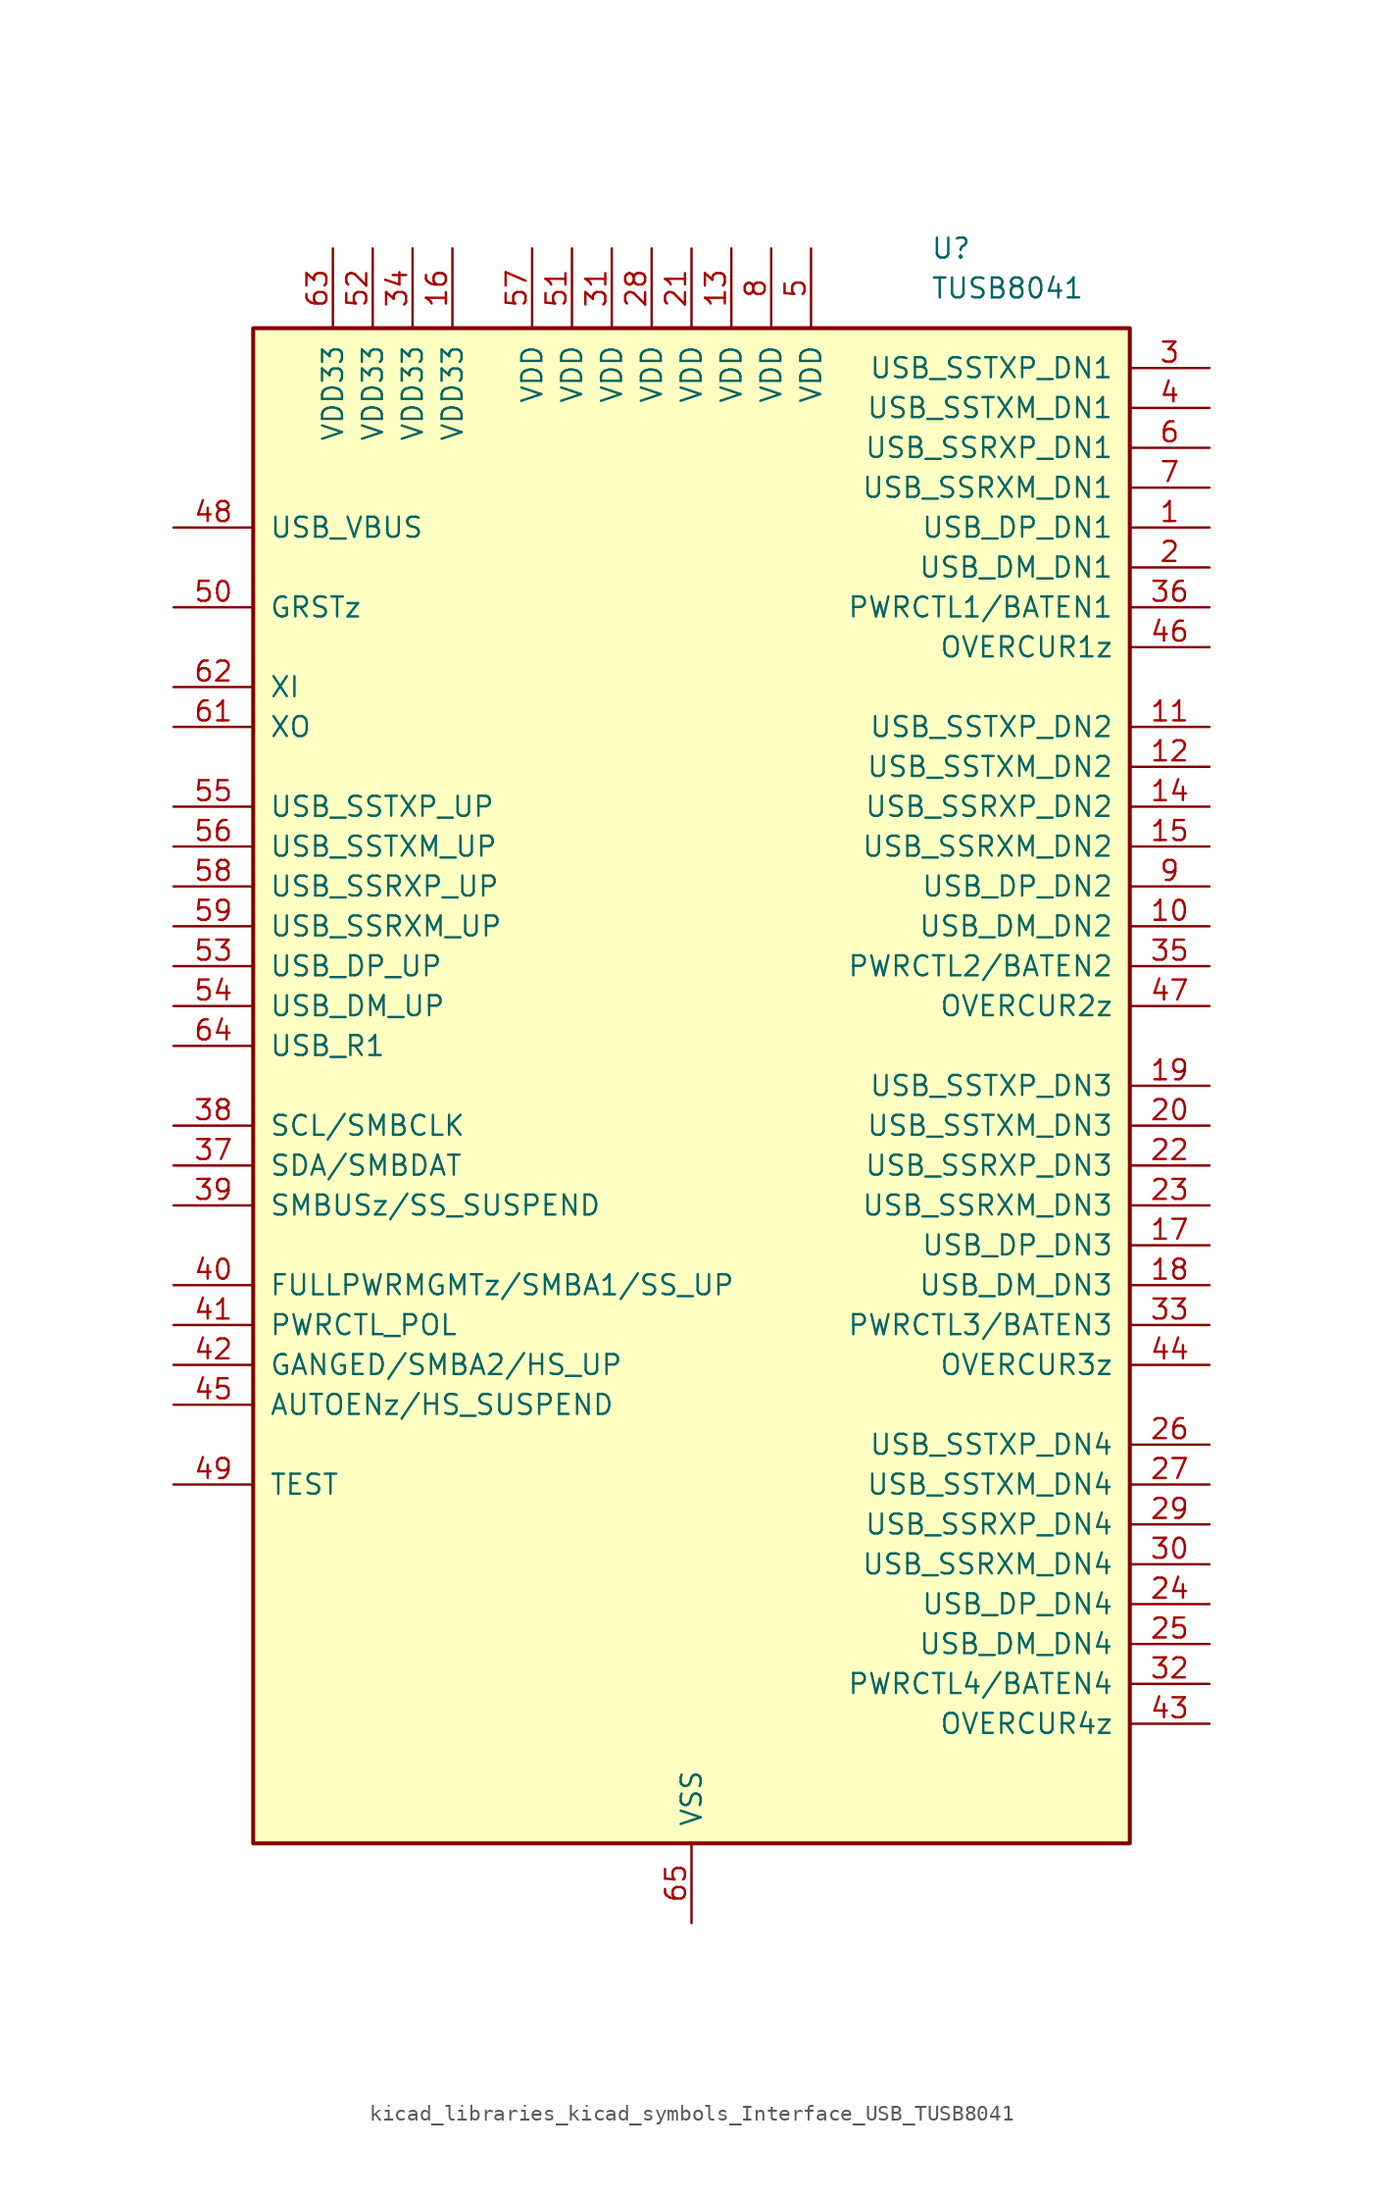
<source format=kicad_sym>
(kicad_symbol_lib
  (version 20220914)
  (generator kicad_symbol_editor)
  (symbol "kicad_libraries_kicad_symbols_Interface_USB_TUSB8041"
    (pin_names
      (offset 1.016))
    (property "Reference" "U"
      (at 15.24 53.34 0)
      (effects (font (size 1.27 1.27)) (justify left)))
    (property "Value" "TUSB8041"
      (at 15.24 50.8 0)
      (effects (font (size 1.27 1.27)) (justify left)))
    (symbol "kicad_libraries_kicad_symbols_Interface_USB_TUSB8041_0_1"
      (rectangle (start -27.94 48.26) (end 27.94 -48.26) (stroke (width 0.254) (type default)) (fill (type background))))
    (symbol "kicad_libraries_kicad_symbols_Interface_USB_TUSB8041_1_1"
      (pin bidirectional line (at 33.02 35.56 180) (length 5.08) (name "USB_DP_DN1" (effects (font (size 1.27 1.27)))) (number "1" (effects (font (size 1.27 1.27)))))
      (pin bidirectional line (at 33.02 10.16 180) (length 5.08) (name "USB_DM_DN2" (effects (font (size 1.27 1.27)))) (number "10" (effects (font (size 1.27 1.27)))))
      (pin output line (at 33.02 22.86 180) (length 5.08) (name "USB_SSTXP_DN2" (effects (font (size 1.27 1.27)))) (number "11" (effects (font (size 1.27 1.27)))))
      (pin output line (at 33.02 20.32 180) (length 5.08) (name "USB_SSTXM_DN2" (effects (font (size 1.27 1.27)))) (number "12" (effects (font (size 1.27 1.27)))))
      (pin power_in line (at 2.54 53.34 270) (length 5.08) (name "VDD" (effects (font (size 1.27 1.27)))) (number "13" (effects (font (size 1.27 1.27)))))
      (pin input line (at 33.02 17.78 180) (length 5.08) (name "USB_SSRXP_DN2" (effects (font (size 1.27 1.27)))) (number "14" (effects (font (size 1.27 1.27)))))
      (pin input line (at 33.02 15.24 180) (length 5.08) (name "USB_SSRXM_DN2" (effects (font (size 1.27 1.27)))) (number "15" (effects (font (size 1.27 1.27)))))
      (pin power_in line (at -15.24 53.34 270) (length 5.08) (name "VDD33" (effects (font (size 1.27 1.27)))) (number "16" (effects (font (size 1.27 1.27)))))
      (pin bidirectional line (at 33.02 -10.16 180) (length 5.08) (name "USB_DP_DN3" (effects (font (size 1.27 1.27)))) (number "17" (effects (font (size 1.27 1.27)))))
      (pin bidirectional line (at 33.02 -12.7 180) (length 5.08) (name "USB_DM_DN3" (effects (font (size 1.27 1.27)))) (number "18" (effects (font (size 1.27 1.27)))))
      (pin output line (at 33.02 0 180) (length 5.08) (name "USB_SSTXP_DN3" (effects (font (size 1.27 1.27)))) (number "19" (effects (font (size 1.27 1.27)))))
      (pin bidirectional line (at 33.02 33.02 180) (length 5.08) (name "USB_DM_DN1" (effects (font (size 1.27 1.27)))) (number "2" (effects (font (size 1.27 1.27)))))
      (pin output line (at 33.02 -2.54 180) (length 5.08) (name "USB_SSTXM_DN3" (effects (font (size 1.27 1.27)))) (number "20" (effects (font (size 1.27 1.27)))))
      (pin power_in line (at 0 53.34 270) (length 5.08) (name "VDD" (effects (font (size 1.27 1.27)))) (number "21" (effects (font (size 1.27 1.27)))))
      (pin input line (at 33.02 -5.08 180) (length 5.08) (name "USB_SSRXP_DN3" (effects (font (size 1.27 1.27)))) (number "22" (effects (font (size 1.27 1.27)))))
      (pin input line (at 33.02 -7.62 180) (length 5.08) (name "USB_SSRXM_DN3" (effects (font (size 1.27 1.27)))) (number "23" (effects (font (size 1.27 1.27)))))
      (pin bidirectional line (at 33.02 -33.02 180) (length 5.08) (name "USB_DP_DN4" (effects (font (size 1.27 1.27)))) (number "24" (effects (font (size 1.27 1.27)))))
      (pin bidirectional line (at 33.02 -35.56 180) (length 5.08) (name "USB_DM_DN4" (effects (font (size 1.27 1.27)))) (number "25" (effects (font (size 1.27 1.27)))))
      (pin output line (at 33.02 -22.86 180) (length 5.08) (name "USB_SSTXP_DN4" (effects (font (size 1.27 1.27)))) (number "26" (effects (font (size 1.27 1.27)))))
      (pin output line (at 33.02 -25.4 180) (length 5.08) (name "USB_SSTXM_DN4" (effects (font (size 1.27 1.27)))) (number "27" (effects (font (size 1.27 1.27)))))
      (pin power_in line (at -2.54 53.34 270) (length 5.08) (name "VDD" (effects (font (size 1.27 1.27)))) (number "28" (effects (font (size 1.27 1.27)))))
      (pin input line (at 33.02 -27.94 180) (length 5.08) (name "USB_SSRXP_DN4" (effects (font (size 1.27 1.27)))) (number "29" (effects (font (size 1.27 1.27)))))
      (pin output line (at 33.02 45.72 180) (length 5.08) (name "USB_SSTXP_DN1" (effects (font (size 1.27 1.27)))) (number "3" (effects (font (size 1.27 1.27)))))
      (pin input line (at 33.02 -30.48 180) (length 5.08) (name "USB_SSRXM_DN4" (effects (font (size 1.27 1.27)))) (number "30" (effects (font (size 1.27 1.27)))))
      (pin power_in line (at -5.08 53.34 270) (length 5.08) (name "VDD" (effects (font (size 1.27 1.27)))) (number "31" (effects (font (size 1.27 1.27)))))
      (pin bidirectional line (at 33.02 -38.1 180) (length 5.08) (name "PWRCTL4/BATEN4" (effects (font (size 1.27 1.27)))) (number "32" (effects (font (size 1.27 1.27)))))
      (pin bidirectional line (at 33.02 -15.24 180) (length 5.08) (name "PWRCTL3/BATEN3" (effects (font (size 1.27 1.27)))) (number "33" (effects (font (size 1.27 1.27)))))
      (pin power_in line (at -17.78 53.34 270) (length 5.08) (name "VDD33" (effects (font (size 1.27 1.27)))) (number "34" (effects (font (size 1.27 1.27)))))
      (pin bidirectional line (at 33.02 7.62 180) (length 5.08) (name "PWRCTL2/BATEN2" (effects (font (size 1.27 1.27)))) (number "35" (effects (font (size 1.27 1.27)))))
      (pin bidirectional line (at 33.02 30.48 180) (length 5.08) (name "PWRCTL1/BATEN1" (effects (font (size 1.27 1.27)))) (number "36" (effects (font (size 1.27 1.27)))))
      (pin bidirectional line (at -33.02 -5.08 0) (length 5.08) (name "SDA/SMBDAT" (effects (font (size 1.27 1.27)))) (number "37" (effects (font (size 1.27 1.27)))))
      (pin bidirectional line (at -33.02 -2.54 0) (length 5.08) (name "SCL/SMBCLK" (effects (font (size 1.27 1.27)))) (number "38" (effects (font (size 1.27 1.27)))))
      (pin bidirectional line (at -33.02 -7.62 0) (length 5.08) (name "SMBUSz/SS_SUSPEND" (effects (font (size 1.27 1.27)))) (number "39" (effects (font (size 1.27 1.27)))))
      (pin output line (at 33.02 43.18 180) (length 5.08) (name "USB_SSTXM_DN1" (effects (font (size 1.27 1.27)))) (number "4" (effects (font (size 1.27 1.27)))))
      (pin bidirectional line (at -33.02 -12.7 0) (length 5.08) (name "FULLPWRMGMTz/SMBA1/SS_UP" (effects (font (size 1.27 1.27)))) (number "40" (effects (font (size 1.27 1.27)))))
      (pin bidirectional line (at -33.02 -15.24 0) (length 5.08) (name "PWRCTL_POL" (effects (font (size 1.27 1.27)))) (number "41" (effects (font (size 1.27 1.27)))))
      (pin bidirectional line (at -33.02 -17.78 0) (length 5.08) (name "GANGED/SMBA2/HS_UP" (effects (font (size 1.27 1.27)))) (number "42" (effects (font (size 1.27 1.27)))))
      (pin input line (at 33.02 -40.64 180) (length 5.08) (name "OVERCUR4z" (effects (font (size 1.27 1.27)))) (number "43" (effects (font (size 1.27 1.27)))))
      (pin input line (at 33.02 -17.78 180) (length 5.08) (name "OVERCUR3z" (effects (font (size 1.27 1.27)))) (number "44" (effects (font (size 1.27 1.27)))))
      (pin bidirectional line (at -33.02 -20.32 0) (length 5.08) (name "AUTOENz/HS_SUSPEND" (effects (font (size 1.27 1.27)))) (number "45" (effects (font (size 1.27 1.27)))))
      (pin input line (at 33.02 27.94 180) (length 5.08) (name "OVERCUR1z" (effects (font (size 1.27 1.27)))) (number "46" (effects (font (size 1.27 1.27)))))
      (pin input line (at 33.02 5.08 180) (length 5.08) (name "OVERCUR2z" (effects (font (size 1.27 1.27)))) (number "47" (effects (font (size 1.27 1.27)))))
      (pin input line (at -33.02 35.56 0) (length 5.08) (name "USB_VBUS" (effects (font (size 1.27 1.27)))) (number "48" (effects (font (size 1.27 1.27)))))
      (pin input line (at -33.02 -25.4 0) (length 5.08) (name "TEST" (effects (font (size 1.27 1.27)))) (number "49" (effects (font (size 1.27 1.27)))))
      (pin power_in line (at 7.62 53.34 270) (length 5.08) (name "VDD" (effects (font (size 1.27 1.27)))) (number "5" (effects (font (size 1.27 1.27)))))
      (pin input line (at -33.02 30.48 0) (length 5.08) (name "GRSTz" (effects (font (size 1.27 1.27)))) (number "50" (effects (font (size 1.27 1.27)))))
      (pin power_in line (at -7.62 53.34 270) (length 5.08) (name "VDD" (effects (font (size 1.27 1.27)))) (number "51" (effects (font (size 1.27 1.27)))))
      (pin power_in line (at -20.32 53.34 270) (length 5.08) (name "VDD33" (effects (font (size 1.27 1.27)))) (number "52" (effects (font (size 1.27 1.27)))))
      (pin bidirectional line (at -33.02 7.62 0) (length 5.08) (name "USB_DP_UP" (effects (font (size 1.27 1.27)))) (number "53" (effects (font (size 1.27 1.27)))))
      (pin bidirectional line (at -33.02 5.08 0) (length 5.08) (name "USB_DM_UP" (effects (font (size 1.27 1.27)))) (number "54" (effects (font (size 1.27 1.27)))))
      (pin output line (at -33.02 17.78 0) (length 5.08) (name "USB_SSTXP_UP" (effects (font (size 1.27 1.27)))) (number "55" (effects (font (size 1.27 1.27)))))
      (pin output line (at -33.02 15.24 0) (length 5.08) (name "USB_SSTXM_UP" (effects (font (size 1.27 1.27)))) (number "56" (effects (font (size 1.27 1.27)))))
      (pin power_in line (at -10.16 53.34 270) (length 5.08) (name "VDD" (effects (font (size 1.27 1.27)))) (number "57" (effects (font (size 1.27 1.27)))))
      (pin input line (at -33.02 12.7 0) (length 5.08) (name "USB_SSRXP_UP" (effects (font (size 1.27 1.27)))) (number "58" (effects (font (size 1.27 1.27)))))
      (pin input line (at -33.02 10.16 0) (length 5.08) (name "USB_SSRXM_UP" (effects (font (size 1.27 1.27)))) (number "59" (effects (font (size 1.27 1.27)))))
      (pin input line (at 33.02 40.64 180) (length 5.08) (name "USB_SSRXP_DN1" (effects (font (size 1.27 1.27)))) (number "6" (effects (font (size 1.27 1.27)))))
      (pin no_connect line (at 27.94 -45.72 180) (length 5.08) hide (name "NC" (effects (font (size 1.27 1.27)))) (number "60" (effects (font (size 1.27 1.27)))))
      (pin output line (at -33.02 22.86 0) (length 5.08) (name "XO" (effects (font (size 1.27 1.27)))) (number "61" (effects (font (size 1.27 1.27)))))
      (pin input line (at -33.02 25.4 0) (length 5.08) (name "XI" (effects (font (size 1.27 1.27)))) (number "62" (effects (font (size 1.27 1.27)))))
      (pin power_in line (at -22.86 53.34 270) (length 5.08) (name "VDD33" (effects (font (size 1.27 1.27)))) (number "63" (effects (font (size 1.27 1.27)))))
      (pin input line (at -33.02 2.54 0) (length 5.08) (name "USB_R1" (effects (font (size 1.27 1.27)))) (number "64" (effects (font (size 1.27 1.27)))))
      (pin power_in line (at 0 -53.34 90) (length 5.08) (name "VSS" (effects (font (size 1.27 1.27)))) (number "65" (effects (font (size 1.27 1.27)))))
      (pin input line (at 33.02 38.1 180) (length 5.08) (name "USB_SSRXM_DN1" (effects (font (size 1.27 1.27)))) (number "7" (effects (font (size 1.27 1.27)))))
      (pin power_in line (at 5.08 53.34 270) (length 5.08) (name "VDD" (effects (font (size 1.27 1.27)))) (number "8" (effects (font (size 1.27 1.27)))))
      (pin bidirectional line (at 33.02 12.7 180) (length 5.08) (name "USB_DP_DN2" (effects (font (size 1.27 1.27)))) (number "9" (effects (font (size 1.27 1.27))))))))
</source>
